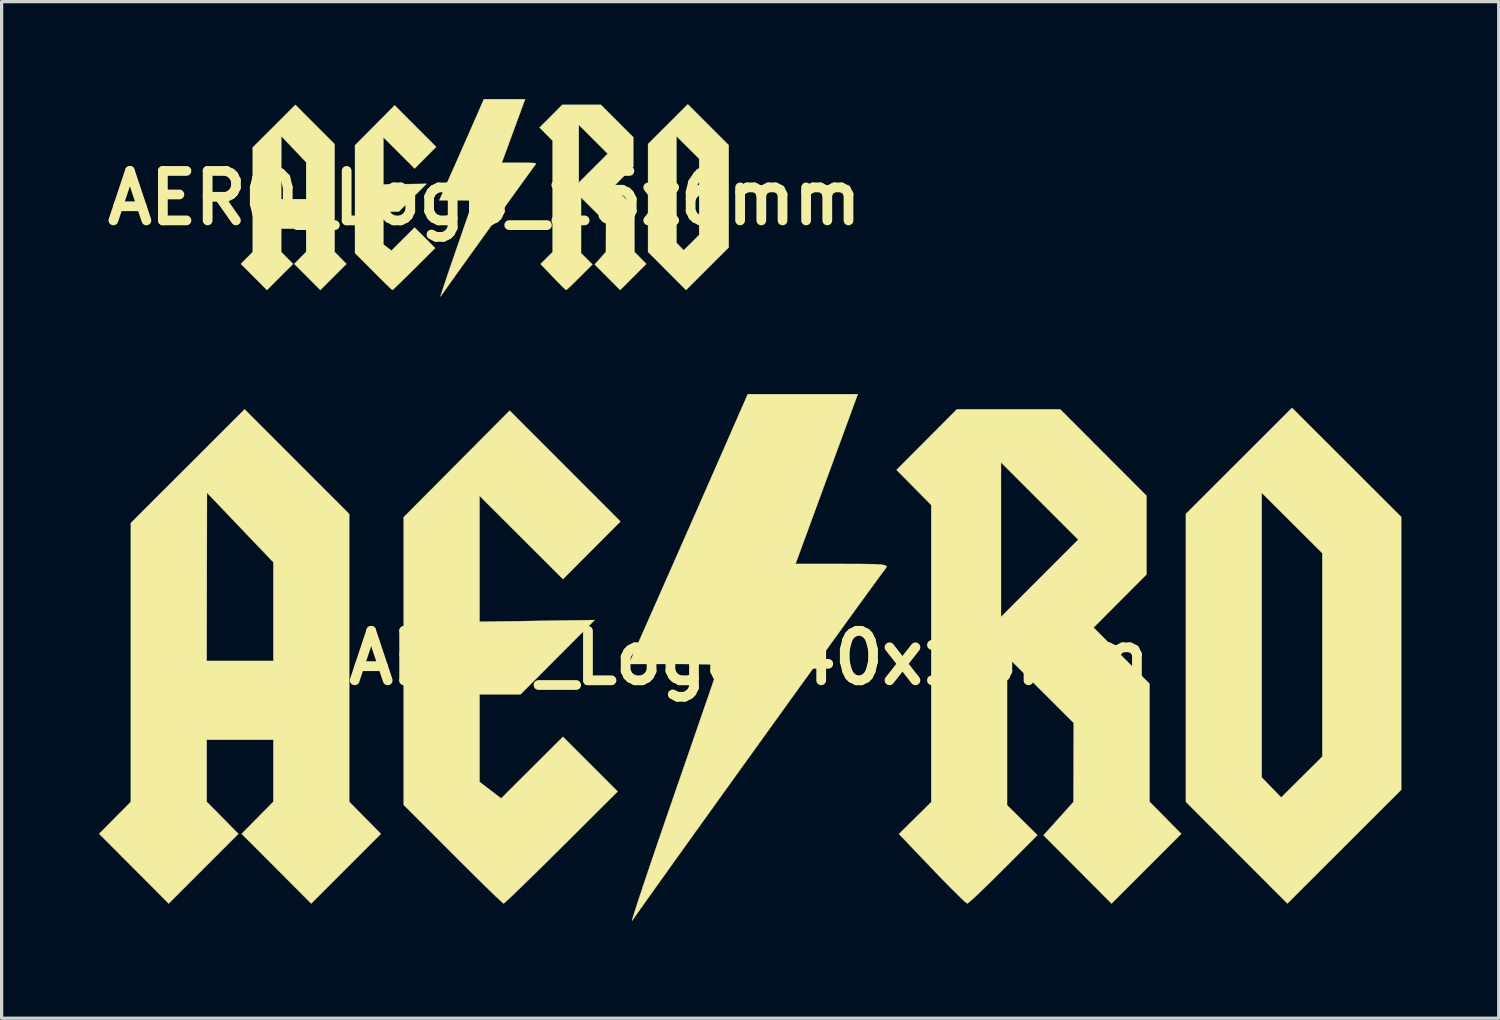
<source format=kicad_pcb>
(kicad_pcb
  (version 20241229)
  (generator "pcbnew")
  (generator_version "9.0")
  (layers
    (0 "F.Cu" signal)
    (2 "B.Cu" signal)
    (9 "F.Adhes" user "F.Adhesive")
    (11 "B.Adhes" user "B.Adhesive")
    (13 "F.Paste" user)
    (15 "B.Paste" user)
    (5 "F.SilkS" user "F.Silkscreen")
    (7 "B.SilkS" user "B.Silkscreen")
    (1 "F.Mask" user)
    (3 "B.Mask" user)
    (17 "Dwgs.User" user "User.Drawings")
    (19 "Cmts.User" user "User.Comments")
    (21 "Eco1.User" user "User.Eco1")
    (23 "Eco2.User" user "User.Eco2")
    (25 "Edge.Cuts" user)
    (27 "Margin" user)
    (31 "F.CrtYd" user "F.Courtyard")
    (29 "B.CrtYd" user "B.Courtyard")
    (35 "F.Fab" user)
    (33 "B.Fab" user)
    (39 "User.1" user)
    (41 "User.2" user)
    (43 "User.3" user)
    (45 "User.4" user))
  (footprint "AERO_Logo_40x16mm"
    (layer "F.Cu")
    (at 20.031 17.215)
    (property "Reference" "AERO_Logo_40x16mm" (at 0 0 0) (layer "F.SilkS") (effects (font (size 1.524 1.524) (thickness 0.3))))
    (attr through_hole)
    (fp_poly (pts (xy 18.396 -6.023) (xy 20.077 -4.344) (xy 20.077 4.064) (xy 18.325 5.814) (xy 16.573 7.564) (xy 15.01 5.999) (xy 13.447 4.434) (xy 13.447 3.68) (xy 15.782 3.68) (xy 16.081 3.989) (xy 16.381 4.298) (xy 17.015 3.669) (xy 17.649 3.04) (xy 17.649 -3.225) (xy 16.715 -4.156) (xy 15.782 -5.086) (xy 15.782 3.68) (xy 13.447 3.68) (xy 13.447 -4.438) (xy 15.081 -6.07) (xy 16.715 -7.702) (xy 18.396 -6.023)) (stroke (width 0.01) (type solid)) (fill yes) (layer "F.SilkS"))
    (fp_poly (pts (xy -12.326 -4.434) (xy -12.326 4.43) (xy -11.35 5.419) (xy -13.496 7.565) (xy -14.566 6.491) (xy -15.637 5.418) (xy -15.149 4.924) (xy -14.661 4.43) (xy -14.661 2.521) (xy -16.715 2.521) (xy -16.715 4.43) (xy -16.227 4.924) (xy -15.739 5.419) (xy -17.885 7.565) (xy -18.955 6.491) (xy -20.026 5.418) (xy -19.538 4.924) (xy -19.05 4.43) (xy -19.05 0.093) (xy -16.715 0.093) (xy -14.661 0.093) (xy -14.661 -2.947) (xy -15.684 -4.018) (xy -16.706 -5.089) (xy -16.711 -2.498) (xy -16.715 0.093) (xy -19.05 0.093) (xy -19.05 -4.157) (xy -17.298 -5.907) (xy -15.546 -7.657) (xy -12.326 -4.434)) (stroke (width 0.01) (type solid)) (fill yes) (layer "F.SilkS"))
    (fp_poly (pts (xy -5.677 -5.91) (xy -3.972 -4.203) (xy -4.856 -3.315) (xy -5.74 -2.427) (xy -7.025 -3.71) (xy -8.311 -4.993) (xy -8.311 -1.113) (xy -6.538 -1.14) (xy -4.765 -1.167) (xy -5.906 -0.023) (xy -7.048 1.121) (xy -8.311 1.121) (xy -8.311 3.819) (xy -7.978 4.073) (xy -7.645 4.327) (xy -6.693 3.378) (xy -5.741 2.429) (xy -4.056 4.114) (xy -5.79 5.839) (xy -6.256 6.301) (xy -6.677 6.716) (xy -7.037 7.067) (xy -7.318 7.337) (xy -7.501 7.508) (xy -7.568 7.564) (xy -7.644 7.501) (xy -7.832 7.324) (xy -8.114 7.051) (xy -8.47 6.701) (xy -8.881 6.293) (xy -9.129 6.045) (xy -10.646 4.527) (xy -10.646 -4.336) (xy -9.014 -5.977) (xy -7.382 -7.617) (xy -5.677 -5.91)) (stroke (width 0.01) (type solid)) (fill yes) (layer "F.SilkS"))
    (fp_poly (pts (xy 10.904 -6.325) (xy 12.233 -4.994) (xy 12.233 -2.572) (xy 11.418 -1.753) (xy 10.603 -0.934) (xy 11.465 -0.068) (xy 12.326 0.797) (xy 12.326 4.43) (xy 12.815 4.924) (xy 13.303 5.419) (xy 11.157 7.565) (xy 10.11 6.514) (xy 9.062 5.463) (xy 9.523 4.949) (xy 9.984 4.436) (xy 9.992 2.005) (xy 7.938 -0.044) (xy 7.938 4.536) (xy 8.405 4.997) (xy 8.873 5.458) (xy 7.823 6.511) (xy 7.463 6.868) (xy 7.149 7.174) (xy 6.903 7.405) (xy 6.751 7.539) (xy 6.713 7.564) (xy 6.631 7.5) (xy 6.444 7.323) (xy 6.176 7.056) (xy 5.849 6.721) (xy 5.631 6.494) (xy 4.609 5.424) (xy 5.603 4.442) (xy 5.603 -1.262) (xy 7.751 -1.262) (xy 8.941 -2.452) (xy 10.131 -3.642) (xy 8.941 -4.832) (xy 7.751 -6.022) (xy 7.751 -1.262) (xy 5.603 -1.262) (xy 5.603 -4.71) (xy 4.534 -5.791) (xy 6.393 -7.657) (xy 9.574 -7.657) (xy 10.904 -6.325)) (stroke (width 0.01) (type solid)) (fill yes) (layer "F.SilkS"))
    (fp_poly (pts (xy 2.381 -5.51) (xy 1.422 -2.895) (xy 2.874 -2.895) (xy 3.421 -2.894) (xy 3.806 -2.888) (xy 4.052 -2.876) (xy 4.185 -2.853) (xy 4.228 -2.816) (xy 4.206 -2.763) (xy 4.179 -2.731) (xy 4.104 -2.633) (xy 3.932 -2.398) (xy 3.672 -2.041) (xy 3.335 -1.578) (xy 2.934 -1.023) (xy 2.477 -0.391) (xy 1.977 0.303) (xy 1.443 1.043) (xy 0.887 1.815) (xy 0.32 2.603) (xy -0.248 3.393) (xy -0.806 4.169) (xy -1.343 4.917) (xy -1.848 5.621) (xy -2.311 6.267) (xy -2.72 6.839) (xy -3.065 7.322) (xy -3.335 7.702) (xy -3.52 7.963) (xy -3.607 8.09) (xy -3.609 8.093) (xy -3.602 8.044) (xy -3.538 7.834) (xy -3.424 7.482) (xy -3.265 7.002) (xy -3.067 6.412) (xy -2.834 5.729) (xy -2.573 4.968) (xy -2.325 4.25) (xy -2.04 3.426) (xy -1.774 2.658) (xy -1.535 1.964) (xy -1.327 1.361) (xy -1.156 0.866) (xy -1.03 0.498) (xy -0.954 0.275) (xy -0.934 0.211) (xy -1.022 0.202) (xy -1.264 0.195) (xy -1.628 0.19) (xy -2.082 0.187) (xy -2.322 0.187) (xy -3.709 0.187) (xy -2.666 -2.171) (xy -2.337 -2.917) (xy -1.981 -3.724) (xy -1.621 -4.54) (xy -1.28 -5.316) (xy -0.979 -6) (xy -0.836 -6.327) (xy -0.048 -8.124) (xy 3.34 -8.124) (xy 2.381 -5.51)) (stroke (width 0.01) (type solid)) (fill yes) (layer "F.SilkS")))
  (footprint "AERO_Logo_15x6mm"
    (layer "F.Cu")
    (at 11.873 3.049)
    (property "Reference" "AERO_Logo_15x6mm" (at 0 0 0) (layer "F.SilkS") (effects (font (size 1.524 1.524) (thickness 0.3))))
    (attr through_hole)
    (fp_poly (pts (xy 6.892 -2.257) (xy 7.522 -1.628) (xy 7.522 1.523) (xy 6.209 2.834) (xy 5.038 1.661) (xy 5.038 1.379) (xy 5.913 1.379) (xy 6.025 1.495) (xy 6.137 1.61) (xy 6.375 1.375) (xy 6.612 1.139) (xy 6.612 -1.208) (xy 6.263 -1.557) (xy 5.913 -1.905) (xy 5.913 1.379) (xy 5.038 1.379) (xy 5.038 -1.663) (xy 5.65 -2.274) (xy 6.263 -2.886) (xy 6.892 -2.257)) (stroke (width 0.01) (type solid)) (fill yes) (layer "F.SilkS"))
    (fp_poly (pts (xy -5.221 -2.265) (xy -4.618 -1.661) (xy -4.618 1.66) (xy -4.435 1.845) (xy -4.252 2.03) (xy -4.654 2.432) (xy -5.056 2.834) (xy -5.457 2.432) (xy -5.858 2.03) (xy -5.493 1.66) (xy -5.493 0.945) (xy -6.263 0.945) (xy -6.263 1.66) (xy -6.08 1.845) (xy -5.897 2.03) (xy -6.701 2.834) (xy -7.503 2.03) (xy -7.32 1.845) (xy -7.137 1.66) (xy -7.137 0.035) (xy -6.263 0.035) (xy -5.493 0.035) (xy -5.493 -1.104) (xy -5.876 -1.505) (xy -6.259 -1.907) (xy -6.261 -0.936) (xy -6.263 0.035) (xy -7.137 0.035) (xy -7.137 -1.558) (xy -6.481 -2.213) (xy -5.824 -2.869) (xy -5.221 -2.265)) (stroke (width 0.01) (type solid)) (fill yes) (layer "F.SilkS"))
    (fp_poly (pts (xy -2.127 -2.214) (xy -1.488 -1.575) (xy -1.819 -1.242) (xy -2.151 -0.909) (xy -2.632 -1.39) (xy -3.114 -1.871) (xy -3.114 -0.417) (xy -2.449 -0.427) (xy -1.785 -0.437) (xy -2.213 -0.009) (xy -2.64 0.42) (xy -3.114 0.42) (xy -3.114 1.431) (xy -2.989 1.526) (xy -2.864 1.621) (xy -2.508 1.266) (xy -2.151 0.91) (xy -1.835 1.226) (xy -1.52 1.541) (xy -2.169 2.188) (xy -2.344 2.361) (xy -2.502 2.516) (xy -2.637 2.648) (xy -2.742 2.749) (xy -2.81 2.813) (xy -2.835 2.834) (xy -2.864 2.81) (xy -2.934 2.744) (xy -3.04 2.642) (xy -3.173 2.511) (xy -3.327 2.358) (xy -3.42 2.265) (xy -3.988 1.696) (xy -3.988 -1.624) (xy -3.377 -2.239) (xy -2.766 -2.854) (xy -2.127 -2.214)) (stroke (width 0.01) (type solid)) (fill yes) (layer "F.SilkS"))
    (fp_poly (pts (xy 4.085 -2.37) (xy 4.583 -1.871) (xy 4.583 -0.964) (xy 3.972 -0.35) (xy 4.295 -0.026) (xy 4.618 0.299) (xy 4.618 1.66) (xy 4.801 1.845) (xy 4.984 2.03) (xy 4.18 2.834) (xy 3.395 2.047) (xy 3.568 1.854) (xy 3.74 1.662) (xy 3.742 1.206) (xy 3.744 0.751) (xy 3.359 0.367) (xy 2.974 -0.016) (xy 2.974 1.699) (xy 3.149 1.872) (xy 3.324 2.045) (xy 2.931 2.439) (xy 2.796 2.573) (xy 2.678 2.688) (xy 2.586 2.774) (xy 2.529 2.825) (xy 2.515 2.834) (xy 2.484 2.81) (xy 2.414 2.744) (xy 2.314 2.643) (xy 2.191 2.518) (xy 2.11 2.433) (xy 1.727 2.032) (xy 1.913 1.848) (xy 2.099 1.664) (xy 2.099 -0.473) (xy 2.904 -0.473) (xy 3.35 -0.919) (xy 3.796 -1.364) (xy 2.904 -2.256) (xy 2.904 -0.473) (xy 2.099 -0.473) (xy 2.099 -1.765) (xy 1.899 -1.967) (xy 1.699 -2.17) (xy 2.047 -2.519) (xy 2.395 -2.869) (xy 3.587 -2.869) (xy 4.085 -2.37)) (stroke (width 0.01) (type solid)) (fill yes) (layer "F.SilkS"))
    (fp_poly (pts (xy 0.892 -2.064) (xy 0.533 -1.085) (xy 1.077 -1.085) (xy 1.282 -1.084) (xy 1.426 -1.082) (xy 1.518 -1.077) (xy 1.568 -1.069) (xy 1.584 -1.055) (xy 1.576 -1.035) (xy 1.566 -1.023) (xy 1.538 -0.987) (xy 1.473 -0.898) (xy 1.376 -0.765) (xy 1.25 -0.591) (xy 1.099 -0.383) (xy 0.928 -0.146) (xy 0.741 0.113) (xy 0.541 0.391) (xy 0.332 0.68) (xy 0.12 0.975) (xy -0.093 1.271) (xy -0.302 1.562) (xy -0.503 1.842) (xy -0.693 2.106) (xy -0.866 2.348) (xy -1.019 2.562) (xy -1.148 2.743) (xy -1.25 2.886) (xy -1.319 2.983) (xy -1.352 3.031) (xy -1.352 3.032) (xy -1.349 3.014) (xy -1.326 2.935) (xy -1.283 2.803) (xy -1.223 2.623) (xy -1.149 2.402) (xy -1.062 2.146) (xy -0.964 1.861) (xy -0.871 1.592) (xy -0.764 1.284) (xy -0.665 0.996) (xy -0.575 0.736) (xy -0.497 0.51) (xy -0.433 0.325) (xy -0.386 0.187) (xy -0.358 0.103) (xy -0.35 0.079) (xy -0.383 0.076) (xy -0.474 0.073) (xy -0.61 0.071) (xy -0.78 0.07) (xy -0.87 0.07) (xy -1.39 0.07) (xy -0.999 -0.813) (xy -0.875 -1.093) (xy -0.742 -1.395) (xy -0.607 -1.701) (xy -0.479 -1.992) (xy -0.367 -2.248) (xy -0.313 -2.37) (xy -0.018 -3.044) (xy 1.251 -3.044) (xy 0.892 -2.064)) (stroke (width 0.01) (type solid)) (fill yes) (layer "F.SilkS")))
  (gr_rect
    (start -3 -3)
    (end 43.113 28.314)
    (stroke (width 0.1) (type default))
    (fill no)
    (layer "Edge.Cuts")))
</source>
